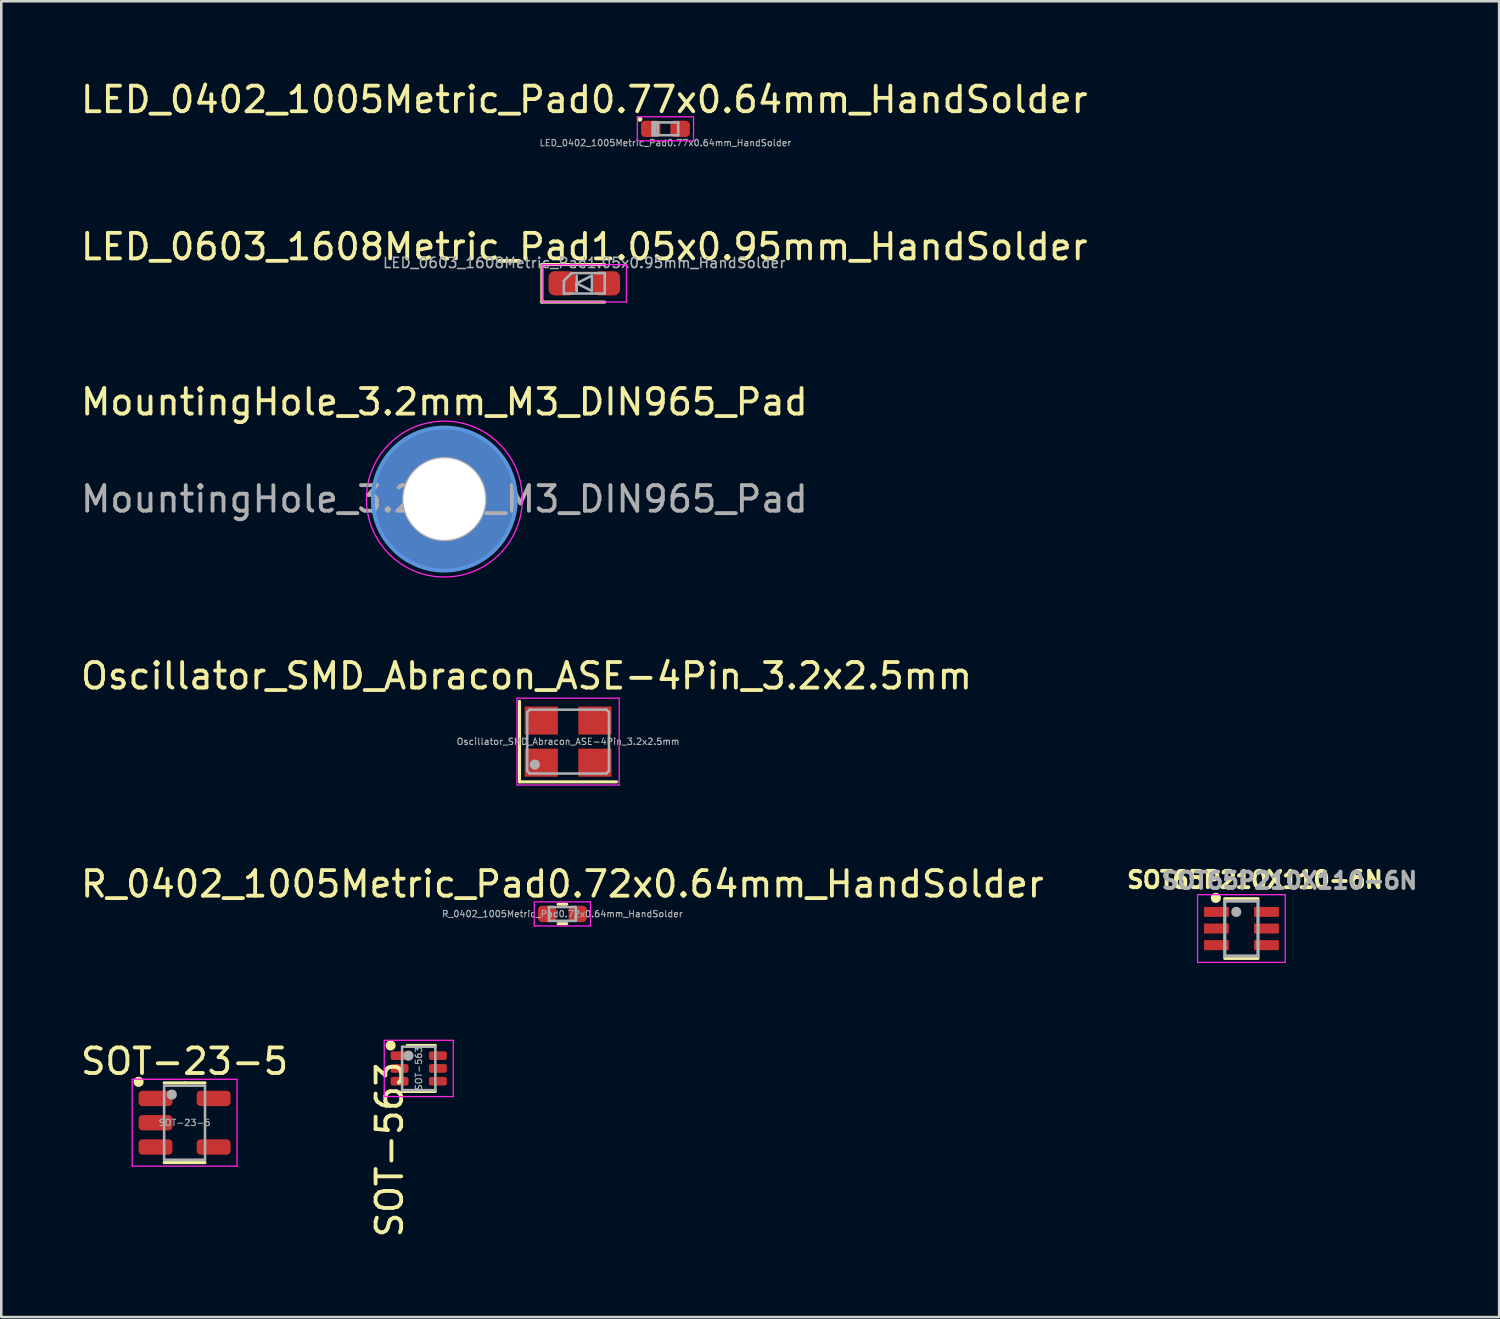
<source format=kicad_pcb>
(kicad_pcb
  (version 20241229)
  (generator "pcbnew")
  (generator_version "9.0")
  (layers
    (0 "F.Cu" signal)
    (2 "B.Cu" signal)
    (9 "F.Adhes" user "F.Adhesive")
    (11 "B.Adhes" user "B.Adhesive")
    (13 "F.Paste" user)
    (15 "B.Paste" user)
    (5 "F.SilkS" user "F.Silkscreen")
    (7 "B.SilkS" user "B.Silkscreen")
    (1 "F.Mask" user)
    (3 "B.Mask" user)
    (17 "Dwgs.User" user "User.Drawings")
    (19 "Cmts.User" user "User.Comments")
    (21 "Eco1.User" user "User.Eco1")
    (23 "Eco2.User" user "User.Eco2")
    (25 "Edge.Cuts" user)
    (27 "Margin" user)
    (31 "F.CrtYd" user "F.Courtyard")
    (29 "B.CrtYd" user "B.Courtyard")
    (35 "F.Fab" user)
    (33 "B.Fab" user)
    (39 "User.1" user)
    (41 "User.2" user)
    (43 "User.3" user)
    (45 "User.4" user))
  (footprint "LED_0603_1608Metric_Pad1.05x0.95mm_HandSolder"
    (layer "F.Cu")
    (at 19.815 8.037)
    (property "Reference" "LED_0603_1608Metric_Pad1.05x0.95mm_HandSolder" (at 0 -1.43 0) (layer "F.SilkS") (effects (font (size 1 1) (thickness 0.15))))
    (attr smd)
    (fp_line (start -1.66 -0.735) (end -1.66 0.735) (stroke (width 0.12) (type solid)) (layer "F.SilkS"))
    (fp_line (start -1.66 0.735) (end 0.8 0.735) (stroke (width 0.12) (type solid)) (layer "F.SilkS"))
    (fp_line (start 0.8 -0.735) (end -1.66 -0.735) (stroke (width 0.12) (type solid)) (layer "F.SilkS"))
    (fp_line (start -1.65 -0.73) (end 1.65 -0.73) (stroke (width 0.05) (type solid)) (layer "F.CrtYd"))
    (fp_line (start -1.65 0.73) (end -1.65 -0.73) (stroke (width 0.05) (type solid)) (layer "F.CrtYd"))
    (fp_line (start 1.65 -0.73) (end 1.65 0.73) (stroke (width 0.05) (type solid)) (layer "F.CrtYd"))
    (fp_line (start 1.65 0.73) (end -1.65 0.73) (stroke (width 0.05) (type solid)) (layer "F.CrtYd"))
    (fp_line (start -0.8 -0.1) (end -0.8 0.4) (stroke (width 0.1) (type solid)) (layer "F.Fab"))
    (fp_line (start -0.8 0.4) (end 0.8 0.4) (stroke (width 0.1) (type solid)) (layer "F.Fab"))
    (fp_line (start -0.5 -0.4) (end -0.8 -0.1) (stroke (width 0.1) (type solid)) (layer "F.Fab"))
    (fp_line (start -0.3 -0.3) (end -0.3 0.3) (stroke (width 0.1) (type default)) (layer "F.Fab"))
    (fp_line (start -0.3 0) (end 0.3 -0.3) (stroke (width 0.1) (type default)) (layer "F.Fab"))
    (fp_line (start -0.3 0.3) (end -0.3 0) (stroke (width 0.1) (type default)) (layer "F.Fab"))
    (fp_line (start 0.3 -0.3) (end 0.3 0.3) (stroke (width 0.1) (type default)) (layer "F.Fab"))
    (fp_line (start 0.3 0.3) (end -0.3 0) (stroke (width 0.1) (type default)) (layer "F.Fab"))
    (fp_line (start 0.8 -0.4) (end -0.5 -0.4) (stroke (width 0.1) (type solid)) (layer "F.Fab"))
    (fp_line (start 0.8 0.4) (end 0.8 -0.4) (stroke (width 0.1) (type solid)) (layer "F.Fab"))
    (fp_text user "${REFERENCE}" (at 0 -0.8 0) (layer "F.Fab") (effects (font (size 0.4 0.4) (thickness 0.06))))
    (pad "1" smd roundrect (at -0.875 0) (size 1.05 0.95) (layers "F.Cu" "F.Mask" "F.Paste") (roundrect_rratio 0.25))
    (pad "2" smd roundrect (at 0.875 0) (size 1.05 0.95) (layers "F.Cu" "F.Mask" "F.Paste") (roundrect_rratio 0.25)))
  (footprint "R_0402_1005Metric_Pad0.72x0.64mm_HandSolder"
    (layer "F.Cu")
    (at 18.958 32.715)
    (property "Reference" "R_0402_1005Metric_Pad0.72x0.64mm_HandSolder" (at 0 -1.17 180) (layer "F.SilkS") (effects (font (size 1 1) (thickness 0.15))))
    (attr smd)
    (fp_line (start -0.168 -0.38) (end 0.168 -0.38) (stroke (width 0.12) (type solid)) (layer "F.SilkS"))
    (fp_line (start -0.168 0.38) (end 0.168 0.38) (stroke (width 0.12) (type solid)) (layer "F.SilkS"))
    (fp_line (start -1.1 -0.47) (end 1.1 -0.47) (stroke (width 0.05) (type solid)) (layer "F.CrtYd"))
    (fp_line (start -1.1 0.47) (end -1.1 -0.47) (stroke (width 0.05) (type solid)) (layer "F.CrtYd"))
    (fp_line (start 1.1 -0.47) (end 1.1 0.47) (stroke (width 0.05) (type solid)) (layer "F.CrtYd"))
    (fp_line (start 1.1 0.47) (end -1.1 0.47) (stroke (width 0.05) (type solid)) (layer "F.CrtYd"))
    (fp_line (start -0.525 -0.27) (end 0.525 -0.27) (stroke (width 0.1) (type solid)) (layer "F.Fab"))
    (fp_line (start -0.525 0.27) (end -0.525 -0.27) (stroke (width 0.1) (type solid)) (layer "F.Fab"))
    (fp_line (start 0.525 -0.27) (end 0.525 0.27) (stroke (width 0.1) (type solid)) (layer "F.Fab"))
    (fp_line (start 0.525 0.27) (end -0.525 0.27) (stroke (width 0.1) (type solid)) (layer "F.Fab"))
    (fp_text user "${REFERENCE}" (at 0 0 180) (layer "F.Fab") (effects (font (size 0.25 0.25) (thickness 0.04))))
    (pad "1" smd roundrect (at -0.598 0 180) (size 0.715 0.64) (layers "F.Cu" "F.Mask" "F.Paste") (roundrect_rratio 0.25))
    (pad "2" smd roundrect (at 0.598 0 180) (size 0.715 0.64) (layers "F.Cu" "F.Mask" "F.Paste") (roundrect_rratio 0.25)))
  (footprint "SOT65P210X110-6N"
    (layer "F.Cu")
    (at 45.529 33.286)
    (property "Reference" "SOT65P210X110-6N" (at 0.532 -1.906 0) (layer "F.SilkS") (effects (font (size 0.64 0.64) (thickness 0.15))))
    (attr smd)
    (fp_line (start -0.65 -1.165) (end 0.65 -1.165) (stroke (width 0.127) (type solid)) (layer "F.SilkS"))
    (fp_line (start -0.65 1.165) (end 0.65 1.165) (stroke (width 0.127) (type solid)) (layer "F.SilkS"))
    (fp_circle (center -1 -1.2) (end -0.9 -1.2) (stroke (width 0.2) (type solid)) (fill no) (layer "F.SilkS"))
    (fp_line (start -1.715 -1.325) (end 1.715 -1.325) (stroke (width 0.05) (type solid)) (layer "F.CrtYd"))
    (fp_line (start -1.715 1.325) (end -1.715 -1.325) (stroke (width 0.05) (type solid)) (layer "F.CrtYd"))
    (fp_line (start 1.715 1.325) (end -1.715 1.325) (stroke (width 0.05) (type solid)) (layer "F.CrtYd"))
    (fp_line (start 1.715 1.325) (end 1.715 -1.325) (stroke (width 0.05) (type solid)) (layer "F.CrtYd"))
    (fp_line (start -0.65 -1.075) (end 0.65 -1.075) (stroke (width 0.127) (type solid)) (layer "F.Fab"))
    (fp_line (start -0.65 1.075) (end -0.65 -1.075) (stroke (width 0.127) (type solid)) (layer "F.Fab"))
    (fp_line (start 0.65 -1.075) (end 0.65 1.075) (stroke (width 0.127) (type solid)) (layer "F.Fab"))
    (fp_line (start 0.65 1.075) (end -0.65 1.075) (stroke (width 0.127) (type solid)) (layer "F.Fab"))
    (fp_circle (center -0.2 -0.65) (end -0.1 -0.65) (stroke (width 0.2) (type solid)) (fill no) (layer "F.Fab"))
    (fp_text user "${REFERENCE}" (at -3.2 -1.5 0) (unlocked yes) (layer "F.Fab") (effects (font (size 0.64 0.64) (thickness 0.15)) (justify left bottom)))
    (pad "1" smd roundrect (at -0.98 -0.65) (size 0.97 0.39) (layers "F.Cu" "F.Mask" "F.Paste") (roundrect_rratio 0.05))
    (pad "2" smd roundrect (at -0.98 0) (size 0.97 0.39) (layers "F.Cu" "F.Mask" "F.Paste") (roundrect_rratio 0.05))
    (pad "3" smd roundrect (at -0.98 0.65) (size 0.97 0.39) (layers "F.Cu" "F.Mask" "F.Paste") (roundrect_rratio 0.05))
    (pad "4" smd roundrect (at 0.98 0.65 180) (size 0.97 0.39) (layers "F.Cu" "F.Mask" "F.Paste") (roundrect_rratio 0.05))
    (pad "5" smd roundrect (at 0.98 0 180) (size 0.97 0.39) (layers "F.Cu" "F.Mask" "F.Paste") (roundrect_rratio 0.05))
    (pad "6" smd roundrect (at 0.98 -0.65 180) (size 0.97 0.39) (layers "F.Cu" "F.Mask" "F.Paste") (roundrect_rratio 0.05)))
  (footprint "SOT-23-5"
    (layer "F.Cu")
    (at 4.173 40.885)
    (property "Reference" "SOT-23-5" (at 0 -2.4 180) (layer "F.SilkS") (effects (font (size 1 1) (thickness 0.15))))
    (attr smd)
    (fp_line (start 0 -1.56) (end -0.8 -1.56) (stroke (width 0.12) (type solid)) (layer "F.SilkS"))
    (fp_line (start 0 -1.56) (end 0.8 -1.56) (stroke (width 0.12) (type solid)) (layer "F.SilkS"))
    (fp_line (start 0 1.56) (end -0.8 1.56) (stroke (width 0.12) (type solid)) (layer "F.SilkS"))
    (fp_line (start 0 1.56) (end 0.8 1.56) (stroke (width 0.12) (type solid)) (layer "F.SilkS"))
    (fp_circle (center -1.8 -1.6) (end -1.7 -1.6) (stroke (width 0.2) (type solid)) (fill no) (layer "F.SilkS"))
    (fp_line (start -2.05 -1.7) (end -2.05 1.7) (stroke (width 0.05) (type solid)) (layer "F.CrtYd"))
    (fp_line (start -2.05 1.7) (end 2.05 1.7) (stroke (width 0.05) (type solid)) (layer "F.CrtYd"))
    (fp_line (start 2.05 -1.7) (end -2.05 -1.7) (stroke (width 0.05) (type solid)) (layer "F.CrtYd"))
    (fp_line (start 2.05 1.7) (end 2.05 -1.7) (stroke (width 0.05) (type solid)) (layer "F.CrtYd"))
    (fp_line (start -0.8 -1.45) (end 0.8 -1.45) (stroke (width 0.1) (type solid)) (layer "F.Fab"))
    (fp_line (start -0.8 1.45) (end -0.8 -1.45) (stroke (width 0.1) (type solid)) (layer "F.Fab"))
    (fp_line (start 0.8 -1.45) (end 0.8 1.45) (stroke (width 0.1) (type solid)) (layer "F.Fab"))
    (fp_line (start 0.8 1.45) (end -0.8 1.45) (stroke (width 0.1) (type solid)) (layer "F.Fab"))
    (fp_circle (center -0.5 -1.1) (end -0.4 -1.1) (stroke (width 0.2) (type solid)) (fill no) (layer "F.Fab"))
    (fp_text user "${REFERENCE}" (at 0 0 180) (layer "F.Fab") (effects (font (size 0.25 0.25) (thickness 0.04))))
    (pad "1" smd roundrect (at -1.137 -0.95 180) (size 1.325 0.6) (layers "F.Cu" "F.Mask" "F.Paste") (roundrect_rratio 0.25))
    (pad "2" smd roundrect (at -1.137 0 180) (size 1.325 0.6) (layers "F.Cu" "F.Mask" "F.Paste") (roundrect_rratio 0.25))
    (pad "3" smd roundrect (at -1.137 0.95 180) (size 1.325 0.6) (layers "F.Cu" "F.Mask" "F.Paste") (roundrect_rratio 0.25))
    (pad "4" smd roundrect (at 1.137 0.95 180) (size 1.325 0.6) (layers "F.Cu" "F.Mask" "F.Paste") (roundrect_rratio 0.25))
    (pad "5" smd roundrect (at 1.137 -0.95 180) (size 1.325 0.6) (layers "F.Cu" "F.Mask" "F.Paste") (roundrect_rratio 0.25)))
  (footprint "SOT-563"
    (layer "F.Cu")
    (at 13.336 38.761)
    (property "Reference" "SOT-563" (at -1.143 3.175 90) (layer "F.SilkS") (effects (font (size 1 1) (thickness 0.15))))
    (attr smd)
    (fp_line (start 0.65 -0.9) (end -0.45 -0.9) (stroke (width 0.12) (type solid)) (layer "F.SilkS"))
    (fp_line (start 0.65 0.9) (end -0.65 0.9) (stroke (width 0.12) (type solid)) (layer "F.SilkS"))
    (fp_circle (center -1.1 -0.9) (end -1 -0.9) (stroke (width 0.2) (type solid)) (fill no) (layer "F.SilkS"))
    (fp_line (start -1.35 -1.1) (end -1.35 1.1) (stroke (width 0.05) (type solid)) (layer "F.CrtYd"))
    (fp_line (start -1.35 -1.1) (end 1.35 -1.1) (stroke (width 0.05) (type solid)) (layer "F.CrtYd"))
    (fp_line (start 1.35 1.1) (end -1.35 1.1) (stroke (width 0.05) (type solid)) (layer "F.CrtYd"))
    (fp_line (start 1.35 1.1) (end 1.35 -1.1) (stroke (width 0.05) (type solid)) (layer "F.CrtYd"))
    (fp_line (start -0.65 -0.85) (end -0.65 0.85) (stroke (width 0.1) (type solid)) (layer "F.Fab"))
    (fp_line (start -0.65 0.85) (end 0.65 0.85) (stroke (width 0.1) (type solid)) (layer "F.Fab"))
    (fp_line (start 0.65 -0.85) (end -0.65 -0.85) (stroke (width 0.1) (type solid)) (layer "F.Fab"))
    (fp_line (start 0.65 0.85) (end 0.65 -0.85) (stroke (width 0.1) (type solid)) (layer "F.Fab"))
    (fp_circle (center -0.4 -0.5) (end -0.3 -0.5) (stroke (width 0.2) (type solid)) (fill no) (layer "F.Fab"))
    (fp_text user "${REFERENCE}" (at 0 0 90) (layer "F.Fab") (effects (font (size 0.25 0.25) (thickness 0.04))))
    (pad "1" smd roundrect (at -0.75 -0.5) (size 0.7 0.34) (layers "F.Cu" "F.Mask" "F.Paste") (roundrect_rratio 0.25))
    (pad "2" smd roundrect (at -0.75 0) (size 0.7 0.34) (layers "F.Cu" "F.Mask" "F.Paste") (roundrect_rratio 0.25))
    (pad "3" smd roundrect (at -0.75 0.5) (size 0.7 0.34) (layers "F.Cu" "F.Mask" "F.Paste") (roundrect_rratio 0.25))
    (pad "4" smd roundrect (at 0.75 0.5) (size 0.7 0.34) (layers "F.Cu" "F.Mask" "F.Paste") (roundrect_rratio 0.25))
    (pad "5" smd roundrect (at 0.75 0) (size 0.7 0.34) (layers "F.Cu" "F.Mask" "F.Paste") (roundrect_rratio 0.25))
    (pad "6" smd roundrect (at 0.75 -0.5) (size 0.7 0.34) (layers "F.Cu" "F.Mask" "F.Paste") (roundrect_rratio 0.25)))
  (footprint "MountingHole_3.2mm_M3_DIN965_Pad"
    (layer "F.Cu")
    (at 14.339 16.48)
    (property "Reference" "MountingHole_3.2mm_M3_DIN965_Pad" (at 0 -3.8 0) (layer "F.SilkS") (effects (font (size 1 1) (thickness 0.15))))
    (attr exclude_from_pos_files exclude_from_bom)
    (fp_circle (center 0 0) (end 2.8 0) (stroke (width 0.15) (type solid)) (fill no) (layer "Cmts.User"))
    (fp_circle (center 0 0) (end 3.05 0) (stroke (width 0.05) (type solid)) (fill no) (layer "F.CrtYd"))
    (fp_circle (center 0 0) (end 1.6 0) (stroke (width 0.1) (type default)) (fill no) (layer "F.Fab"))
    (fp_circle (center 0 0) (end 2.8 0) (stroke (width 0.1) (type default)) (fill no) (layer "F.Fab"))
    (fp_text user "${REFERENCE}" (at 0 0 0) (layer "F.Fab") (effects (font (size 1 1) (thickness 0.15))))
    (pad "1" thru_hole circle (at 0 0) (size 5.6 5.6) (drill 3.2) (layers "*.Cu" "*.Mask")))
  (footprint "Oscillator_SMD_Abracon_ASE-4Pin_3.2x2.5mm"
    (layer "F.Cu")
    (at 19.181 25.971)
    (property "Reference" "Oscillator_SMD_Abracon_ASE-4Pin_3.2x2.5mm" (at -1.627 -2.568 180) (layer "F.SilkS") (effects (font (size 1 1) (thickness 0.15))))
    (attr smd)
    (fp_line (start -1.9 -1.575) (end -1.9 1.575) (stroke (width 0.12) (type solid)) (layer "F.SilkS"))
    (fp_line (start -1.9 1.575) (end 1.9 1.575) (stroke (width 0.12) (type solid)) (layer "F.SilkS"))
    (fp_line (start -2 -1.7) (end -2 1.7) (stroke (width 0.05) (type solid)) (layer "F.CrtYd"))
    (fp_line (start -2 1.7) (end 2 1.7) (stroke (width 0.05) (type solid)) (layer "F.CrtYd"))
    (fp_line (start 2 -1.7) (end -2 -1.7) (stroke (width 0.05) (type solid)) (layer "F.CrtYd"))
    (fp_line (start 2 1.7) (end 2 -1.7) (stroke (width 0.05) (type solid)) (layer "F.CrtYd"))
    (fp_line (start -1.6 -1.15) (end -1.5 -1.25) (stroke (width 0.1) (type solid)) (layer "F.Fab"))
    (fp_line (start -1.6 1.15) (end -1.6 -1.15) (stroke (width 0.1) (type solid)) (layer "F.Fab"))
    (fp_line (start -1.5 -1.25) (end 1.5 -1.25) (stroke (width 0.1) (type solid)) (layer "F.Fab"))
    (fp_line (start -1.5 1.25) (end -1.6 1.15) (stroke (width 0.1) (type solid)) (layer "F.Fab"))
    (fp_line (start 1.5 -1.25) (end 1.6 -1.15) (stroke (width 0.1) (type solid)) (layer "F.Fab"))
    (fp_line (start 1.5 1.25) (end -1.5 1.25) (stroke (width 0.1) (type solid)) (layer "F.Fab"))
    (fp_line (start 1.6 -1.15) (end 1.6 1.15) (stroke (width 0.1) (type solid)) (layer "F.Fab"))
    (fp_line (start 1.6 1.15) (end 1.5 1.25) (stroke (width 0.1) (type solid)) (layer "F.Fab"))
    (fp_circle (center -1.3 0.9) (end -1.2 0.9) (stroke (width 0.2) (type solid)) (fill no) (layer "F.Fab"))
    (fp_text user "${REFERENCE}" (at 0 0 180) (layer "F.Fab") (effects (font (size 0.25 0.25) (thickness 0.04))))
    (pad "1" smd rect (at -1.05 0.825 180) (size 1.3 1.1) (layers "F.Cu" "F.Mask" "F.Paste"))
    (pad "2" smd rect (at 1.05 0.825 180) (size 1.3 1.1) (layers "F.Cu" "F.Mask" "F.Paste"))
    (pad "3" smd rect (at 1.05 -0.825 180) (size 1.3 1.1) (layers "F.Cu" "F.Mask" "F.Paste"))
    (pad "4" smd rect (at -1.05 -0.825 180) (size 1.3 1.1) (layers "F.Cu" "F.Mask" "F.Paste")))
  (footprint "LED_0402_1005Metric_Pad0.77x0.64mm_HandSolder"
    (layer "F.Cu")
    (at 22.99 1.991)
    (property "Reference" "LED_0402_1005Metric_Pad0.77x0.64mm_HandSolder" (at -3.175 -1.143 0) (layer "F.SilkS") (effects (font (size 1 1) (thickness 0.15))))
    (attr smd)
    (fp_circle (center -1 -0.375) (end -0.95 -0.375) (stroke (width 0.1) (type solid)) (fill no) (layer "F.SilkS"))
    (fp_line (start -1.1 -0.47) (end 1.1 -0.47) (stroke (width 0.05) (type solid)) (layer "F.CrtYd"))
    (fp_line (start -1.1 0.47) (end -1.1 -0.47) (stroke (width 0.05) (type solid)) (layer "F.CrtYd"))
    (fp_line (start 1.1 -0.47) (end 1.1 0.47) (stroke (width 0.05) (type solid)) (layer "F.CrtYd"))
    (fp_line (start 1.1 0.47) (end -1.1 0.47) (stroke (width 0.05) (type solid)) (layer "F.CrtYd"))
    (fp_line (start -0.5 -0.25) (end 0.5 -0.25) (stroke (width 0.1) (type solid)) (layer "F.Fab"))
    (fp_line (start -0.5 0.25) (end -0.5 -0.25) (stroke (width 0.1) (type solid)) (layer "F.Fab"))
    (fp_line (start -0.4 0.25) (end -0.4 -0.25) (stroke (width 0.1) (type solid)) (layer "F.Fab"))
    (fp_line (start -0.3 0.25) (end -0.3 -0.25) (stroke (width 0.1) (type solid)) (layer "F.Fab"))
    (fp_line (start 0.5 -0.25) (end 0.5 0.25) (stroke (width 0.1) (type solid)) (layer "F.Fab"))
    (fp_line (start 0.5 0.25) (end -0.5 0.25) (stroke (width 0.1) (type solid)) (layer "F.Fab"))
    (fp_text user "${REFERENCE}" (at 0 0.551 0) (layer "F.Fab") (effects (font (size 0.25 0.25) (thickness 0.04))))
    (pad "1" smd roundrect (at -0.573 0) (size 0.765 0.64) (layers "F.Cu" "F.Mask" "F.Paste") (roundrect_rratio 0.25))
    (pad "2" smd roundrect (at 0.573 0) (size 0.765 0.64) (layers "F.Cu" "F.Mask" "F.Paste") (roundrect_rratio 0.25)))
  (gr_rect
    (start -3 -3)
    (end 55.616 48.49)
    (stroke (width 0.1) (type default))
    (fill no)
    (layer "Edge.Cuts")))
</source>
